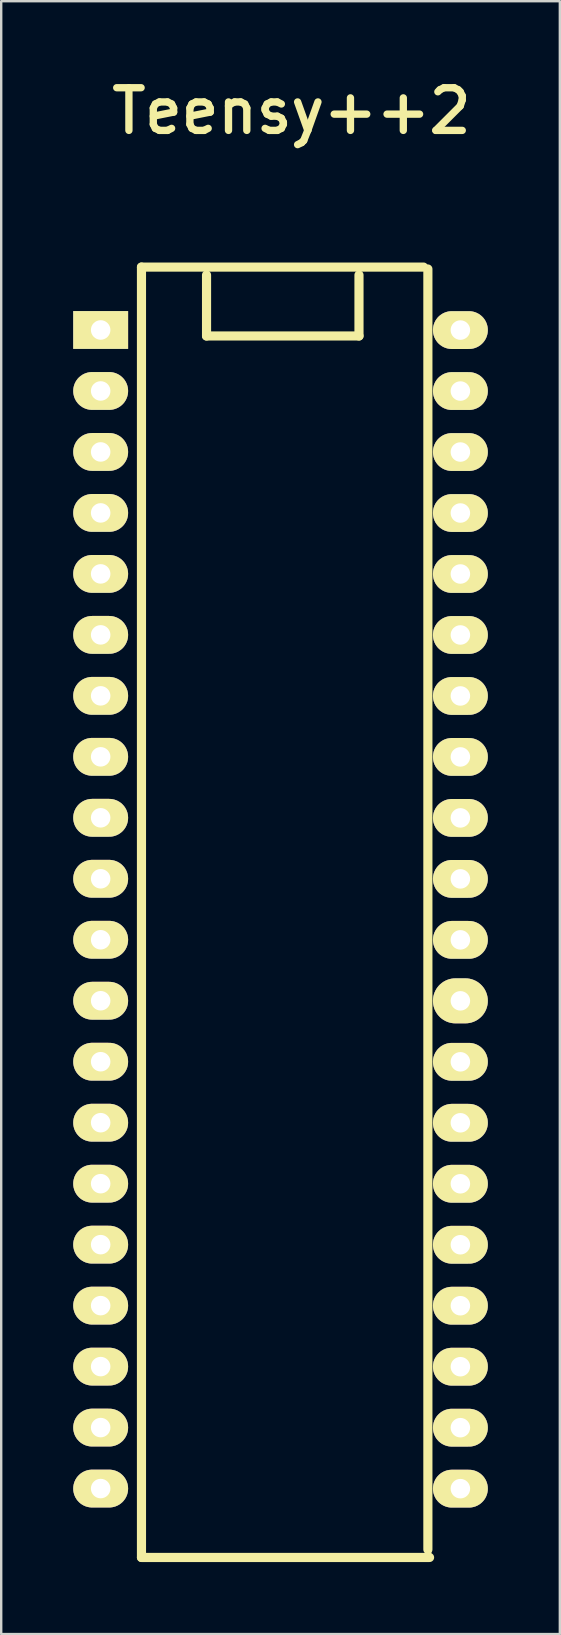
<source format=kicad_pcb>
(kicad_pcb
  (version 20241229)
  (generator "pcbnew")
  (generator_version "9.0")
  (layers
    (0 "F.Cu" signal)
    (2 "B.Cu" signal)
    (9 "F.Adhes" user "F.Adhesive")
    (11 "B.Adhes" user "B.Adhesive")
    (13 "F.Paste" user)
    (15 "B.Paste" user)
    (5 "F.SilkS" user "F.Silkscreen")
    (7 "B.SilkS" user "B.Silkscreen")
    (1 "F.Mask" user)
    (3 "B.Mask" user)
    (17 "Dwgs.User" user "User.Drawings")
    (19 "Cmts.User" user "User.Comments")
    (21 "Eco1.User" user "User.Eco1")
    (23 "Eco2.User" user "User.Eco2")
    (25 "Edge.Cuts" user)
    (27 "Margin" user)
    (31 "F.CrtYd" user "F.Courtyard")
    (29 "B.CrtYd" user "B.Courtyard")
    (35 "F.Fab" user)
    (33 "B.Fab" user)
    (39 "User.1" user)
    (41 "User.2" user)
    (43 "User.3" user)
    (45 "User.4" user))
  (footprint "Teensy++2"
    (layer "F.Cu")
    (at 9.093 34.575)
    (property "Reference" "Teensy++2" (at 0 -33 0) (layer "F.SilkS") (effects (font (size 1.778 1.778) (thickness 0.305))))
    (attr through_hole)
    (fp_line (start -6.25 -26.5) (end -6.25 27.25) (stroke (width 0.381) (type solid)) (layer "F.SilkS"))
    (fp_line (start -6.25 27.25) (end 5.75 27.25) (stroke (width 0.381) (type solid)) (layer "F.SilkS"))
    (fp_line (start -3.54 -26.17) (end -3.54 -23.63) (stroke (width 0.381) (type solid)) (layer "F.SilkS"))
    (fp_line (start -3.54 -23.63) (end 2.81 -23.63) (stroke (width 0.381) (type solid)) (layer "F.SilkS"))
    (fp_line (start 2.81 -23.63) (end 2.81 -26.17) (stroke (width 0.381) (type solid)) (layer "F.SilkS"))
    (fp_line (start 5.5 -26.5) (end -6.25 -26.5) (stroke (width 0.381) (type solid)) (layer "F.SilkS"))
    (fp_line (start 5.68 26.92) (end 5.68 -26.42) (stroke (width 0.381) (type solid)) (layer "F.SilkS"))
    (fp_line (start 5.75 -26.25) (end 5.5 -26.5) (stroke (width 0.15) (type solid)) (layer "F.SilkS"))
    (fp_line (start 5.75 27.25) (end 5.75 27) (stroke (width 0.15) (type solid)) (layer "F.SilkS"))
    (pad "1" thru_hole rect (at -7.95 -23.88 270) (size 1.575 2.286) (drill 0.813) (layers "*.Cu" "*.Mask" "F.SilkS"))
    (pad "2" thru_hole oval (at -7.95 -21.34 270) (size 1.575 2.286) (drill 0.813) (layers "*.Cu" "*.Mask" "F.SilkS"))
    (pad "2" thru_hole oval (at 7.034 24.384 90) (size 1.575 2.286) (drill 0.813) (layers "*.Cu" "*.Mask" "F.SilkS"))
    (pad "3" thru_hole oval (at -7.95 -18.8 270) (size 1.575 2.286) (drill 0.813) (layers "*.Cu" "*.Mask" "F.SilkS"))
    (pad "4" thru_hole oval (at -7.95 -16.26 270) (size 1.575 2.286) (drill 0.813) (layers "*.Cu" "*.Mask" "F.SilkS"))
    (pad "5" thru_hole oval (at -7.95 -13.72 270) (size 1.575 2.286) (drill 0.813) (layers "*.Cu" "*.Mask" "F.SilkS"))
    (pad "6" thru_hole oval (at -7.95 -11.18 270) (size 1.575 2.286) (drill 0.813) (layers "*.Cu" "*.Mask" "F.SilkS"))
    (pad "7" thru_hole oval (at -7.95 -8.64 270) (size 1.575 2.286) (drill 0.813) (layers "*.Cu" "*.Mask" "F.SilkS"))
    (pad "8" thru_hole oval (at -7.95 -6.1 270) (size 1.575 2.286) (drill 0.813) (layers "*.Cu" "*.Mask" "F.SilkS"))
    (pad "9" thru_hole oval (at -7.95 -3.56 270) (size 1.575 2.286) (drill 0.813) (layers "*.Cu" "*.Mask" "F.SilkS"))
    (pad "10" thru_hole oval (at -7.95 -1.02 270) (size 1.575 2.286) (drill 0.813) (layers "*.Cu" "*.Mask" "F.SilkS"))
    (pad "11" thru_hole oval (at -7.95 1.52 270) (size 1.575 2.286) (drill 0.813) (layers "*.Cu" "*.Mask" "F.SilkS"))
    (pad "12" thru_hole oval (at -7.95 4.06 270) (size 1.575 2.286) (drill 0.813) (layers "*.Cu" "*.Mask" "F.SilkS"))
    (pad "13" thru_hole oval (at -7.95 6.6 270) (size 1.575 2.286) (drill 0.813) (layers "*.Cu" "*.Mask" "F.SilkS"))
    (pad "14" thru_hole oval (at -7.95 9.14 270) (size 1.575 2.286) (drill 0.813) (layers "*.Cu" "*.Mask" "F.SilkS"))
    (pad "15" thru_hole oval (at -7.95 11.68 270) (size 1.575 2.286) (drill 0.813) (layers "*.Cu" "*.Mask" "F.SilkS"))
    (pad "16" thru_hole oval (at -7.95 14.22 270) (size 1.575 2.286) (drill 0.813) (layers "*.Cu" "*.Mask" "F.SilkS"))
    (pad "17" thru_hole oval (at -7.95 16.76 270) (size 1.575 2.286) (drill 0.813) (layers "*.Cu" "*.Mask" "F.SilkS"))
    (pad "18" thru_hole oval (at -7.95 19.3 270) (size 1.575 2.286) (drill 0.813) (layers "*.Cu" "*.Mask" "F.SilkS"))
    (pad "19" thru_hole oval (at -7.95 21.84 270) (size 1.575 2.286) (drill 0.813) (layers "*.Cu" "*.Mask" "F.SilkS"))
    (pad "20" thru_hole oval (at -7.95 24.38 270) (size 1.575 2.286) (drill 0.813) (layers "*.Cu" "*.Mask" "F.SilkS"))
    (pad "21" thru_hole oval (at 7.034 -23.876 90) (size 1.575 2.286) (drill 0.813) (layers "*.Cu" "*.Mask" "F.SilkS"))
    (pad "22" thru_hole oval (at 7.034 -21.336 90) (size 1.575 2.286) (drill 0.813) (layers "*.Cu" "*.Mask" "F.SilkS"))
    (pad "23" thru_hole oval (at 7.034 -18.796 90) (size 1.575 2.286) (drill 0.813) (layers "*.Cu" "*.Mask" "F.SilkS"))
    (pad "24" thru_hole oval (at 7.034 -16.256 90) (size 1.575 2.286) (drill 0.813) (layers "*.Cu" "*.Mask" "F.SilkS"))
    (pad "25" thru_hole oval (at 7.034 -13.716 90) (size 1.575 2.286) (drill 0.813) (layers "*.Cu" "*.Mask" "F.SilkS"))
    (pad "26" thru_hole oval (at 7.034 -11.176 90) (size 1.575 2.286) (drill 0.813) (layers "*.Cu" "*.Mask" "F.SilkS"))
    (pad "27" thru_hole oval (at 7.034 -8.636 90) (size 1.575 2.286) (drill 0.813) (layers "*.Cu" "*.Mask" "F.SilkS"))
    (pad "28" thru_hole oval (at 7.034 -6.096 90) (size 1.575 2.286) (drill 0.813) (layers "*.Cu" "*.Mask" "F.SilkS"))
    (pad "29" thru_hole oval (at 7.034 -3.556 90) (size 1.575 2.286) (drill 0.813) (layers "*.Cu" "*.Mask" "F.SilkS"))
    (pad "30" thru_hole oval (at 7.034 -1.016 90) (size 1.575 2.286) (drill 0.813) (layers "*.Cu" "*.Mask" "F.SilkS"))
    (pad "31" thru_hole oval (at 7.034 1.524 90) (size 1.575 2.286) (drill 0.813) (layers "*.Cu" "*.Mask" "F.SilkS"))
    (pad "32" thru_hole oval (at 7.034 4.064 90) (size 1.875 2.286) (drill 0.812) (layers "*.Cu" "*.Mask" "F.SilkS"))
    (pad "33" thru_hole oval (at 7.034 6.604 90) (size 1.575 2.286) (drill 0.813) (layers "*.Cu" "*.Mask" "F.SilkS"))
    (pad "34" thru_hole oval (at 7.034 9.144 90) (size 1.575 2.286) (drill 0.813) (layers "*.Cu" "*.Mask" "F.SilkS"))
    (pad "35" thru_hole oval (at 7.034 11.684 90) (size 1.575 2.286) (drill 0.813) (layers "*.Cu" "*.Mask" "F.SilkS"))
    (pad "36" thru_hole oval (at 7.034 14.224 90) (size 1.575 2.286) (drill 0.813) (layers "*.Cu" "*.Mask" "F.SilkS"))
    (pad "37" thru_hole oval (at 7.034 16.764 90) (size 1.575 2.286) (drill 0.813) (layers "*.Cu" "*.Mask" "F.SilkS"))
    (pad "38" thru_hole oval (at 7.034 19.304 90) (size 1.575 2.286) (drill 0.813) (layers "*.Cu" "*.Mask" "F.SilkS"))
    (pad "39" thru_hole oval (at 7.034 21.844 90) (size 1.575 2.286) (drill 0.813) (layers "*.Cu" "*.Mask" "F.SilkS")))
  (gr_rect
    (start -3 -3)
    (end 20.27 65.016)
    (stroke (width 0.1) (type default))
    (fill no)
    (layer "Edge.Cuts")))
</source>
